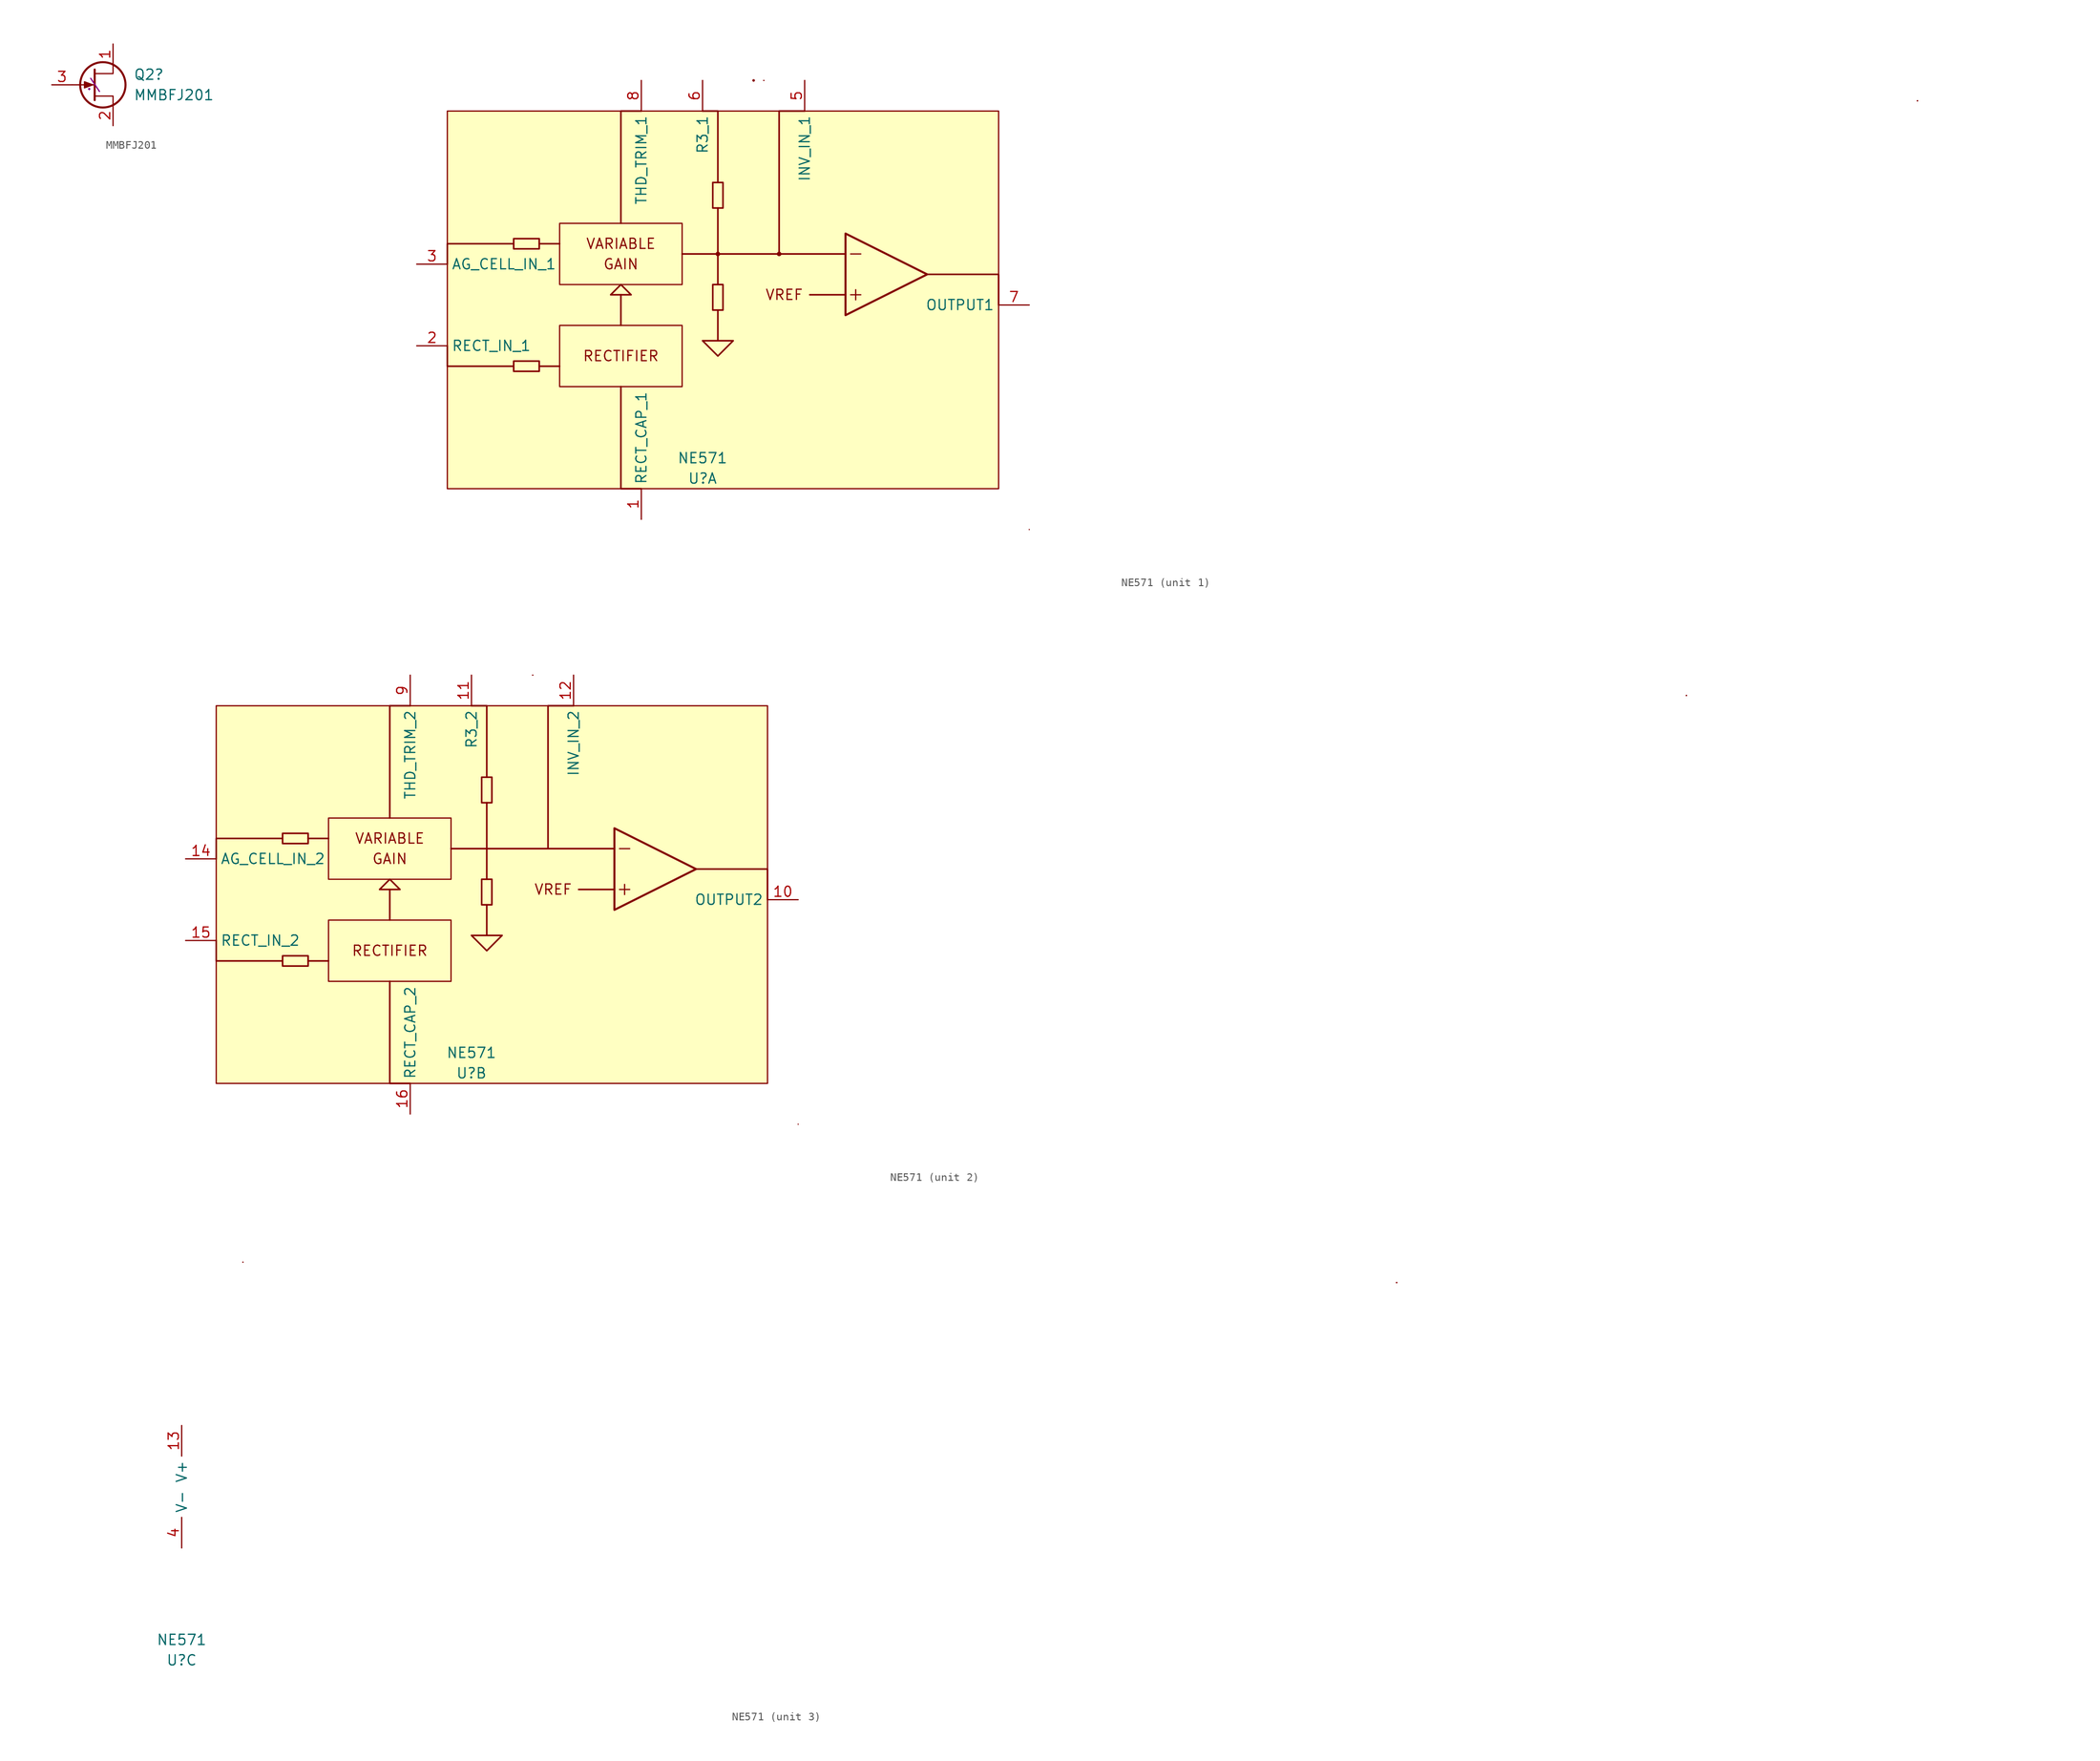
<source format=kicad_sym>
(kicad_symbol_lib
  (version 20231120)
  (generator "kicad_symbol_editor")
  (generator_version "8.0")
  (symbol "MMBFJ201"
    (pin_names hide)
    (property "Reference" "Q2"
      (at 5.08 1.27 0)
      (effects (font (size 1.27 1.27)) (justify left)))
    (property "Value" "MMBFJ201"
      (at 5.08 -1.27 0)
      (effects (font (size 1.27 1.27)) (justify left)))
    (property "Sim.Library" ".\\"
      (at 0 0 0)
      (effects (font (size 1.27 1.27))))
    (symbol "MMBFJ201_0_1"
      (polyline (pts (xy 0.254 0) (xy -2.54 0)) (stroke (width 0) (type default)) (fill (type none)))
      (polyline (pts (xy 0.254 1.905) (xy 0.254 -1.905)) (stroke (width 0.254) (type default)) (fill (type none)))
      (polyline (pts (xy 2.54 -2.54) (xy 2.54 -1.397) (xy 0.254 -1.397)) (stroke (width 0) (type default)) (fill (type none)))
      (polyline (pts (xy 2.54 2.54) (xy 2.54 1.397) (xy 0.254 1.397)) (stroke (width 0) (type default)) (fill (type none)))
      (polyline (pts (xy 0 0) (xy -1.016 0.381) (xy -1.016 -0.381) (xy 0 0)) (stroke (width 0) (type default)) (fill (type outline)))
      (circle (center 1.27 0) (radius 2.819) (stroke (width 0.254) (type default)) (fill (type none))))
    (symbol "MMBFJ201_1_1"
      (pin passive line (at 2.54 5.08 270) (length 2.54) (name "D" (effects (font (size 1.27 1.27)))) (number "1" (effects (font (size 1.27 1.27)))))
      (pin passive line (at 2.54 -5.08 90) (length 2.54) (name "S" (effects (font (size 1.27 1.27)))) (number "2" (effects (font (size 1.27 1.27)))))
      (pin input line (at -5.08 0 0) (length 2.54) (name "G" (effects (font (size 1.27 1.27)))) (number "3" (effects (font (size 1.27 1.27)))))))
  (symbol "NE571"
    (property "Reference" "U"
      (at 0 -21.59 0)
      (effects (font (size 1.27 1.27))))
    (property "Value" "NE571"
      (at 0 -19.05 0)
      (effects (font (size 1.27 1.27))))
    (property "ki_locked" ""
      (at 0 0 0)
      (effects (font (size 1.27 1.27))))
    (symbol "NE571_0_0"
      (rectangle (start 7.62 27.94) (end 7.62 27.94) (stroke (width 0) (type default)) (fill (type none)))
      (rectangle (start 7.62 27.94) (end 7.62 27.94) (stroke (width 0) (type default)) (fill (type none)))
      (rectangle (start 151.13 25.4) (end 151.13 25.4) (stroke (width 0) (type default)) (fill (type none)))
      (rectangle (start 151.13 25.4) (end 151.13 25.4) (stroke (width 0) (type default)) (fill (type none)))
      (rectangle (start 151.13 25.4) (end 151.13 25.4) (stroke (width 0) (type default)) (fill (type none)))
      (rectangle (start 151.13 25.4) (end 151.13 25.4) (stroke (width 0) (type default)) (fill (type none)))
      (rectangle (start 151.13 25.4) (end 151.13 25.4) (stroke (width 0) (type default)) (fill (type none))))
    (symbol "NE571_1_0"
      (circle (center 6.35 27.94) (radius 0.0001) (stroke (width 0) (type default)) (fill (type none)))
      (circle (center 6.35 27.94) (radius 0.0001) (stroke (width 0) (type default)) (fill (type none)))
      (text "GAIN" (at -10.16 5.08 0) (effects (font (size 1.27 1.27))))
      (text "RECTIFIER" (at -10.16 -6.35 0) (effects (font (size 1.27 1.27))))
      (text "VARIABLE" (at -10.16 7.62 0) (effects (font (size 1.27 1.27))))
      (text "VREF" (at 10.16 1.27 0) (effects (font (size 1.27 1.27)))))
    (symbol "NE571_1_1"
      (rectangle (start -31.75 24.13) (end 36.83 -22.86) (stroke (width 0) (type default)) (fill (type background)))
      (rectangle (start -20.32 -8.255) (end -23.495 -6.985) (stroke (width 0.2) (type default)) (fill (type none)))
      (rectangle (start -20.32 6.985) (end -23.495 8.255) (stroke (width 0.2) (type default)) (fill (type none)))
      (rectangle (start -17.78 -2.54) (end -2.54 -10.16) (stroke (width 0) (type default)) (fill (type background)))
      (rectangle (start -17.78 10.16) (end -2.54 2.54) (stroke (width 0) (type default)) (fill (type background)))
      (polyline (pts (xy -17.78 -7.62) (xy -20.32 -7.62)) (stroke (width 0.2) (type default)) (fill (type none)))
      (polyline (pts (xy -17.78 7.62) (xy -20.32 7.62)) (stroke (width 0.2) (type default)) (fill (type none)))
      (polyline (pts (xy -10.16 -2.54) (xy -10.16 1.27)) (stroke (width 0.2) (type default)) (fill (type none)))
      (polyline (pts (xy -2.54 6.35) (xy 1.905 6.35)) (stroke (width 0.2) (type default)) (fill (type none)))
      (polyline (pts (xy 1.905 -0.635) (xy 1.905 -4.445)) (stroke (width 0.2) (type default)) (fill (type none)))
      (polyline (pts (xy 1.905 12.065) (xy 1.905 2.54)) (stroke (width 0.2) (type default)) (fill (type none)))
      (polyline (pts (xy 9.525 6.35) (xy 17.78 6.35)) (stroke (width 0.2) (type default)) (fill (type none)))
      (polyline (pts (xy 17.78 1.27) (xy 13.335 1.27)) (stroke (width 0.2) (type default)) (fill (type none)))
      (polyline (pts (xy 18.415 1.27) (xy 19.685 1.27)) (stroke (width 0) (type default)) (fill (type none)))
      (polyline (pts (xy 18.415 6.35) (xy 19.685 6.35)) (stroke (width 0) (type default)) (fill (type none)))
      (polyline (pts (xy 19.05 1.905) (xy 19.05 0.635)) (stroke (width 0) (type default)) (fill (type none)))
      (polyline (pts (xy -31.75 -5.08) (xy -31.75 -7.62) (xy -23.495 -7.62)) (stroke (width 0.2) (type default)) (fill (type none)))
      (polyline (pts (xy -31.75 5.08) (xy -31.75 7.62) (xy -23.495 7.62)) (stroke (width 0.2) (type default)) (fill (type none)))
      (polyline (pts (xy -10.16 -10.16) (xy -10.16 -22.86) (xy -7.62 -22.86)) (stroke (width 0.2) (type default)) (fill (type none)))
      (polyline (pts (xy -7.62 24.13) (xy -10.16 24.13) (xy -10.16 10.16)) (stroke (width 0.2) (type default)) (fill (type none)))
      (polyline (pts (xy 1.905 15.24) (xy 1.905 24.13) (xy 0 24.13)) (stroke (width 0.2) (type default)) (fill (type none)))
      (polyline (pts (xy 27.94 3.81) (xy 36.83 3.81) (xy 36.83 0)) (stroke (width 0.2) (type default)) (fill (type none)))
      (polyline (pts (xy -11.43 1.27) (xy -10.16 2.54) (xy -8.89 1.27) (xy -11.43 1.27)) (stroke (width 0.2) (type default)) (fill (type none)))
      (polyline (pts (xy 0 -4.445) (xy 3.81 -4.445) (xy 1.905 -6.35) (xy 0 -4.445)) (stroke (width 0.2) (type default)) (fill (type none)))
      (polyline (pts (xy 12.7 24.13) (xy 9.525 24.13) (xy 9.525 6.35) (xy 1.905 6.35)) (stroke (width 0.2) (type default)) (fill (type none)))
      (polyline (pts (xy 17.78 8.89) (xy 27.94 3.81) (xy 17.78 -1.27) (xy 17.78 8.89)) (stroke (width 0.254) (type default)) (fill (type background)))
      (circle (center 1.905 6.35) (radius 0.185) (stroke (width 0.2) (type default)) (fill (type none)))
      (rectangle (start 2.54 2.54) (end 1.27 -0.635) (stroke (width 0.2) (type default)) (fill (type none)))
      (rectangle (start 2.54 15.24) (end 1.27 12.065) (stroke (width 0.2) (type default)) (fill (type none)))
      (circle (center 9.525 6.35) (radius 0.185) (stroke (width 0.2) (type default)) (fill (type none)))
      (rectangle (start 40.64 -27.94) (end 40.64 -27.94) (stroke (width 0) (type default)) (fill (type none)))
      (pin input line (at -7.62 -26.67 90) (length 3.81) (name "RECT_CAP_1" (effects (font (size 1.27 1.27)))) (number "1" (effects (font (size 1.27 1.27)))))
      (pin input line (at -35.56 -5.08 0) (length 3.81) (name "RECT_IN_1" (effects (font (size 1.27 1.27)))) (number "2" (effects (font (size 1.27 1.27)))))
      (pin input line (at -35.56 5.08 0) (length 3.81) (name "AG_CELL_IN_1" (effects (font (size 1.27 1.27)))) (number "3" (effects (font (size 1.27 1.27)))))
      (pin input line (at 12.7 27.94 270) (length 3.81) (name "INV_IN_1" (effects (font (size 1.27 1.27)))) (number "5" (effects (font (size 1.27 1.27)))))
      (pin input line (at 0 27.94 270) (length 3.81) (name "R3_1" (effects (font (size 1.27 1.27)))) (number "6" (effects (font (size 1.27 1.27)))))
      (pin output line (at 40.64 0 180) (length 3.81) (name "OUTPUT1" (effects (font (size 1.27 1.27)))) (number "7" (effects (font (size 1.27 1.27)))))
      (pin input line (at -7.62 27.94 270) (length 3.81) (name "THD_TRIM_1" (effects (font (size 1.27 1.27)))) (number "8" (effects (font (size 1.27 1.27))))))
    (symbol "NE571_2_0"
      (text "GAIN" (at -10.16 5.08 0) (effects (font (size 1.27 1.27))))
      (text "RECTIFIER" (at -10.16 -6.35 0) (effects (font (size 1.27 1.27))))
      (text "VARIABLE" (at -10.16 7.62 0) (effects (font (size 1.27 1.27))))
      (text "VREF" (at 10.16 1.27 0) (effects (font (size 1.27 1.27)))))
    (symbol "NE571_2_1"
      (rectangle (start -31.75 24.13) (end 36.83 -22.86) (stroke (width 0) (type default)) (fill (type background)))
      (rectangle (start -20.32 -8.255) (end -23.495 -6.985) (stroke (width 0.2) (type default)) (fill (type none)))
      (rectangle (start -20.32 6.985) (end -23.495 8.255) (stroke (width 0.2) (type default)) (fill (type none)))
      (rectangle (start -17.78 -2.54) (end -2.54 -10.16) (stroke (width 0) (type default)) (fill (type background)))
      (rectangle (start -17.78 10.16) (end -2.54 2.54) (stroke (width 0) (type default)) (fill (type background)))
      (polyline (pts (xy -17.78 -7.62) (xy -20.32 -7.62)) (stroke (width 0.2) (type default)) (fill (type none)))
      (polyline (pts (xy -17.78 7.62) (xy -20.32 7.62)) (stroke (width 0.2) (type default)) (fill (type none)))
      (polyline (pts (xy -10.16 -2.54) (xy -10.16 1.27)) (stroke (width 0.2) (type default)) (fill (type none)))
      (polyline (pts (xy -2.54 6.35) (xy 1.905 6.35)) (stroke (width 0.2) (type default)) (fill (type none)))
      (polyline (pts (xy 1.905 -0.635) (xy 1.905 -4.445)) (stroke (width 0.2) (type default)) (fill (type none)))
      (polyline (pts (xy 1.905 12.065) (xy 1.905 2.54)) (stroke (width 0.2) (type default)) (fill (type none)))
      (polyline (pts (xy 9.525 6.35) (xy 17.78 6.35)) (stroke (width 0.2) (type default)) (fill (type none)))
      (polyline (pts (xy 17.78 1.27) (xy 13.335 1.27)) (stroke (width 0.2) (type default)) (fill (type none)))
      (polyline (pts (xy 18.415 1.27) (xy 19.685 1.27)) (stroke (width 0) (type default)) (fill (type none)))
      (polyline (pts (xy 18.415 6.35) (xy 19.685 6.35)) (stroke (width 0) (type default)) (fill (type none)))
      (polyline (pts (xy 19.05 1.905) (xy 19.05 0.635)) (stroke (width 0) (type default)) (fill (type none)))
      (polyline (pts (xy -31.75 -5.08) (xy -31.75 -7.62) (xy -23.495 -7.62)) (stroke (width 0.2) (type default)) (fill (type none)))
      (polyline (pts (xy -31.75 5.08) (xy -31.75 7.62) (xy -23.495 7.62)) (stroke (width 0.2) (type default)) (fill (type none)))
      (polyline (pts (xy -10.16 -10.16) (xy -10.16 -22.86) (xy -7.62 -22.86)) (stroke (width 0.2) (type default)) (fill (type none)))
      (polyline (pts (xy -7.62 24.13) (xy -10.16 24.13) (xy -10.16 10.16)) (stroke (width 0.2) (type default)) (fill (type none)))
      (polyline (pts (xy 1.905 15.24) (xy 1.905 24.13) (xy 0 24.13)) (stroke (width 0.2) (type default)) (fill (type none)))
      (polyline (pts (xy 27.94 3.81) (xy 36.83 3.81) (xy 36.83 0)) (stroke (width 0.2) (type default)) (fill (type none)))
      (polyline (pts (xy -11.43 1.27) (xy -10.16 2.54) (xy -8.89 1.27) (xy -11.43 1.27)) (stroke (width 0.2) (type default)) (fill (type none)))
      (polyline (pts (xy 0 -4.445) (xy 3.81 -4.445) (xy 1.905 -6.35) (xy 0 -4.445)) (stroke (width 0.2) (type default)) (fill (type none)))
      (polyline (pts (xy 12.7 24.13) (xy 9.525 24.13) (xy 9.525 6.35) (xy 1.905 6.35)) (stroke (width 0.2) (type default)) (fill (type none)))
      (polyline (pts (xy 17.78 8.89) (xy 27.94 3.81) (xy 17.78 -1.27) (xy 17.78 8.89)) (stroke (width 0.254) (type default)) (fill (type background)))
      (rectangle (start 2.54 2.54) (end 1.27 -0.635) (stroke (width 0.2) (type default)) (fill (type none)))
      (rectangle (start 2.54 15.24) (end 1.27 12.065) (stroke (width 0.2) (type default)) (fill (type none)))
      (rectangle (start 40.64 -27.94) (end 40.64 -27.94) (stroke (width 0) (type default)) (fill (type none)))
      (pin output line (at 40.64 0 180) (length 3.81) (name "OUTPUT2" (effects (font (size 1.27 1.27)))) (number "10" (effects (font (size 1.27 1.27)))))
      (pin input line (at 0 27.94 270) (length 3.81) (name "R3_2" (effects (font (size 1.27 1.27)))) (number "11" (effects (font (size 1.27 1.27)))))
      (pin input line (at 12.7 27.94 270) (length 3.81) (name "INV_IN_2" (effects (font (size 1.27 1.27)))) (number "12" (effects (font (size 1.27 1.27)))))
      (pin input line (at -35.56 5.08 0) (length 3.81) (name "AG_CELL_IN_2" (effects (font (size 1.27 1.27)))) (number "14" (effects (font (size 1.27 1.27)))))
      (pin input line (at -35.56 -5.08 0) (length 3.81) (name "RECT_IN_2" (effects (font (size 1.27 1.27)))) (number "15" (effects (font (size 1.27 1.27)))))
      (pin input line (at -7.62 -26.67 90) (length 3.81) (name "RECT_CAP_2" (effects (font (size 1.27 1.27)))) (number "16" (effects (font (size 1.27 1.27)))))
      (pin input line (at -7.62 27.94 270) (length 3.81) (name "THD_TRIM_2" (effects (font (size 1.27 1.27)))) (number "9" (effects (font (size 1.27 1.27))))))
    (symbol "NE571_3_1"
      (pin power_in line (at 0 7.62 270) (length 3.81) (name "V+" (effects (font (size 1.27 1.27)))) (number "13" (effects (font (size 1.27 1.27)))))
      (pin power_in line (at 0 -7.62 90) (length 3.81) (name "V-" (effects (font (size 1.27 1.27)))) (number "4" (effects (font (size 1.27 1.27))))))))
</source>
